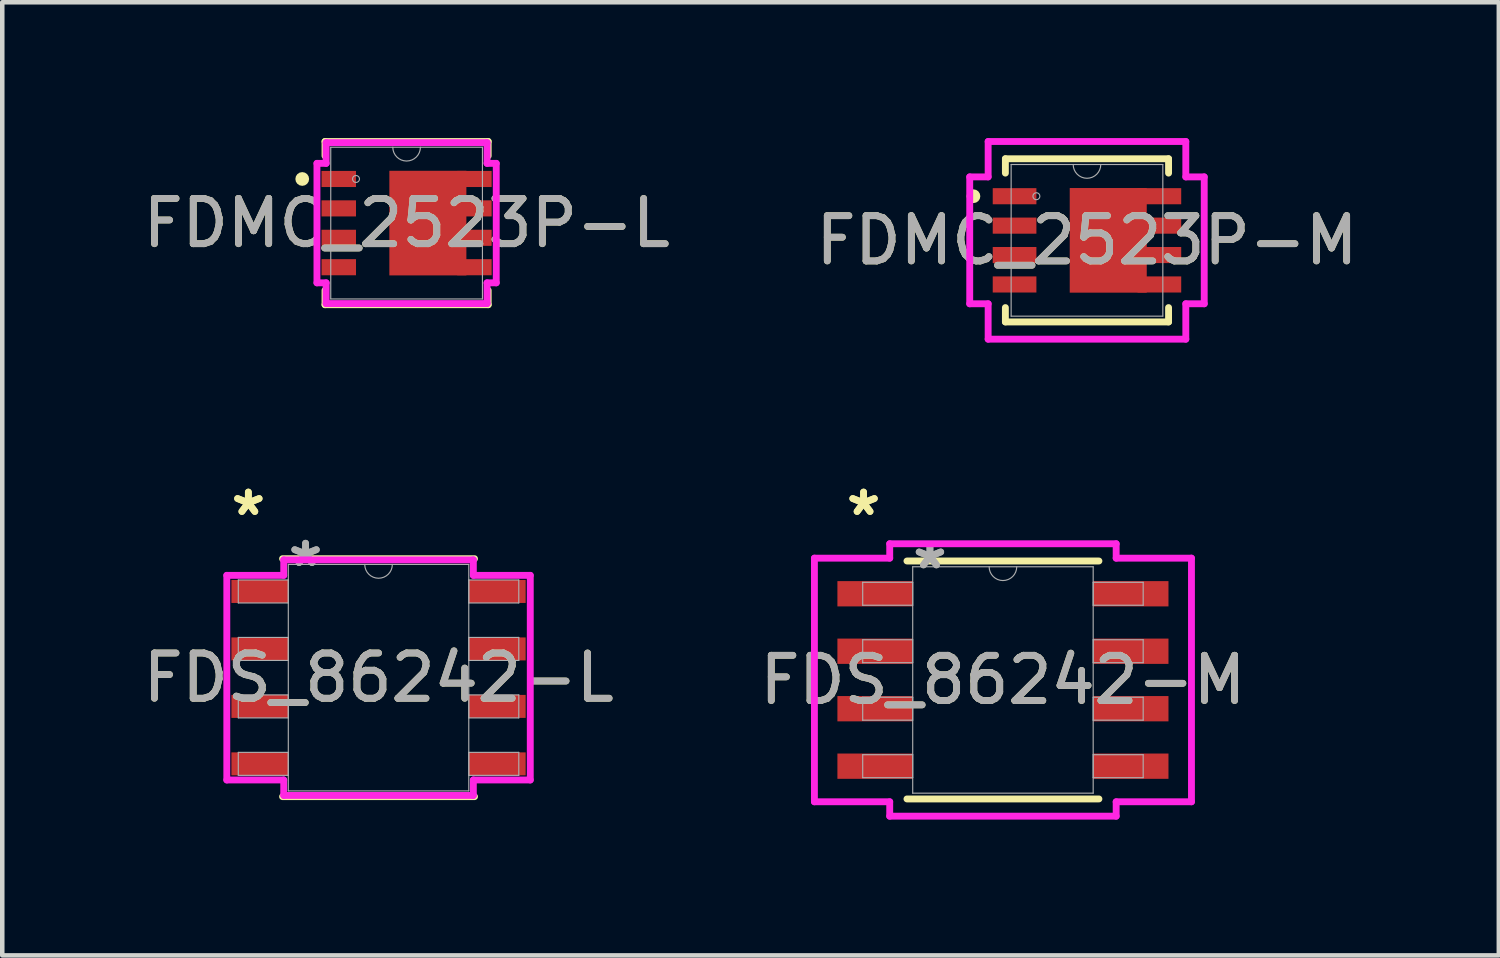
<source format=kicad_pcb>
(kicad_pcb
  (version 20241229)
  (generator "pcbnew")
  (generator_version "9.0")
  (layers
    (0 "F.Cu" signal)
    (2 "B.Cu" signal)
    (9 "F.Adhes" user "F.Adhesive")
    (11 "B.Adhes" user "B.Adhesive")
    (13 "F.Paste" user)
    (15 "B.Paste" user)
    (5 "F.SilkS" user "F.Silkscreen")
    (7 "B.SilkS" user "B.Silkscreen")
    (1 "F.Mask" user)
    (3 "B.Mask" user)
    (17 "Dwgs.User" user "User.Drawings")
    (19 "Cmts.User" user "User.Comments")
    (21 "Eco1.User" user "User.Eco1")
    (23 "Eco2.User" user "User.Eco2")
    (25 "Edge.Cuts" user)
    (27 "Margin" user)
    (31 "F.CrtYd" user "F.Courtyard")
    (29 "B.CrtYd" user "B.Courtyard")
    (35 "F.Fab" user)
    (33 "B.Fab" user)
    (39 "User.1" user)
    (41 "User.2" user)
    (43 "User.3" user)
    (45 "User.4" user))
  (footprint "FDS_86242-L"
    (layer "F.Cu")
    (at 5.315 11.925)
    (property "Reference" "FDS_86242-L" (at 0 0 0) (unlocked yes) (layer "F.SilkS") (effects (font (size 1 1) (thickness 0.15))))
    (attr smd)
    (fp_line (start -2.121 2.629) (end 2.121 2.629) (stroke (width 0.152) (type solid)) (layer "F.SilkS"))
    (fp_line (start 2.121 -2.629) (end -2.121 -2.629) (stroke (width 0.152) (type solid)) (layer "F.SilkS"))
    (fp_line (start -3.353 -2.261) (end -2.095 -2.261) (stroke (width 0.152) (type solid)) (layer "F.CrtYd"))
    (fp_line (start -3.353 2.261) (end -3.353 -2.261) (stroke (width 0.152) (type solid)) (layer "F.CrtYd"))
    (fp_line (start -3.353 2.261) (end -2.095 2.261) (stroke (width 0.152) (type solid)) (layer "F.CrtYd"))
    (fp_line (start -2.095 -2.603) (end 2.095 -2.603) (stroke (width 0.152) (type solid)) (layer "F.CrtYd"))
    (fp_line (start -2.095 -2.261) (end -2.095 -2.603) (stroke (width 0.152) (type solid)) (layer "F.CrtYd"))
    (fp_line (start -2.095 2.603) (end -2.095 2.261) (stroke (width 0.152) (type solid)) (layer "F.CrtYd"))
    (fp_line (start 2.095 -2.603) (end 2.095 -2.261) (stroke (width 0.152) (type solid)) (layer "F.CrtYd"))
    (fp_line (start 2.095 2.261) (end 2.095 2.603) (stroke (width 0.152) (type solid)) (layer "F.CrtYd"))
    (fp_line (start 2.095 2.603) (end -2.095 2.603) (stroke (width 0.152) (type solid)) (layer "F.CrtYd"))
    (fp_line (start 3.353 -2.261) (end 2.095 -2.261) (stroke (width 0.152) (type solid)) (layer "F.CrtYd"))
    (fp_line (start 3.353 -2.261) (end 3.353 2.261) (stroke (width 0.152) (type solid)) (layer "F.CrtYd"))
    (fp_line (start 3.353 2.261) (end 2.095 2.261) (stroke (width 0.152) (type solid)) (layer "F.CrtYd"))
    (fp_line (start -3.099 -2.159) (end -3.099 -1.651) (stroke (width 0.025) (type solid)) (layer "F.Fab"))
    (fp_line (start -3.099 -1.651) (end -1.994 -1.651) (stroke (width 0.025) (type solid)) (layer "F.Fab"))
    (fp_line (start -3.099 -0.889) (end -3.099 -0.381) (stroke (width 0.025) (type solid)) (layer "F.Fab"))
    (fp_line (start -3.099 -0.381) (end -1.994 -0.381) (stroke (width 0.025) (type solid)) (layer "F.Fab"))
    (fp_line (start -3.099 0.381) (end -3.099 0.889) (stroke (width 0.025) (type solid)) (layer "F.Fab"))
    (fp_line (start -3.099 0.889) (end -1.994 0.889) (stroke (width 0.025) (type solid)) (layer "F.Fab"))
    (fp_line (start -3.099 1.651) (end -3.099 2.159) (stroke (width 0.025) (type solid)) (layer "F.Fab"))
    (fp_line (start -3.099 2.159) (end -1.994 2.159) (stroke (width 0.025) (type solid)) (layer "F.Fab"))
    (fp_line (start -1.994 -2.502) (end -1.994 2.502) (stroke (width 0.025) (type solid)) (layer "F.Fab"))
    (fp_line (start -1.994 -2.159) (end -3.099 -2.159) (stroke (width 0.025) (type solid)) (layer "F.Fab"))
    (fp_line (start -1.994 -1.651) (end -1.994 -2.159) (stroke (width 0.025) (type solid)) (layer "F.Fab"))
    (fp_line (start -1.994 -0.889) (end -3.099 -0.889) (stroke (width 0.025) (type solid)) (layer "F.Fab"))
    (fp_line (start -1.994 -0.381) (end -1.994 -0.889) (stroke (width 0.025) (type solid)) (layer "F.Fab"))
    (fp_line (start -1.994 0.381) (end -3.099 0.381) (stroke (width 0.025) (type solid)) (layer "F.Fab"))
    (fp_line (start -1.994 0.889) (end -1.994 0.381) (stroke (width 0.025) (type solid)) (layer "F.Fab"))
    (fp_line (start -1.994 1.651) (end -3.099 1.651) (stroke (width 0.025) (type solid)) (layer "F.Fab"))
    (fp_line (start -1.994 2.159) (end -1.994 1.651) (stroke (width 0.025) (type solid)) (layer "F.Fab"))
    (fp_line (start -1.994 2.502) (end 1.994 2.502) (stroke (width 0.025) (type solid)) (layer "F.Fab"))
    (fp_line (start 1.994 -2.502) (end -1.994 -2.502) (stroke (width 0.025) (type solid)) (layer "F.Fab"))
    (fp_line (start 1.994 -2.159) (end 1.994 -1.651) (stroke (width 0.025) (type solid)) (layer "F.Fab"))
    (fp_line (start 1.994 -1.651) (end 3.099 -1.651) (stroke (width 0.025) (type solid)) (layer "F.Fab"))
    (fp_line (start 1.994 -0.889) (end 1.994 -0.381) (stroke (width 0.025) (type solid)) (layer "F.Fab"))
    (fp_line (start 1.994 -0.381) (end 3.099 -0.381) (stroke (width 0.025) (type solid)) (layer "F.Fab"))
    (fp_line (start 1.994 0.381) (end 1.994 0.889) (stroke (width 0.025) (type solid)) (layer "F.Fab"))
    (fp_line (start 1.994 0.889) (end 3.099 0.889) (stroke (width 0.025) (type solid)) (layer "F.Fab"))
    (fp_line (start 1.994 1.651) (end 1.994 2.159) (stroke (width 0.025) (type solid)) (layer "F.Fab"))
    (fp_line (start 1.994 2.159) (end 3.099 2.159) (stroke (width 0.025) (type solid)) (layer "F.Fab"))
    (fp_line (start 1.994 2.502) (end 1.994 -2.502) (stroke (width 0.025) (type solid)) (layer "F.Fab"))
    (fp_line (start 3.099 -2.159) (end 1.994 -2.159) (stroke (width 0.025) (type solid)) (layer "F.Fab"))
    (fp_line (start 3.099 -1.651) (end 3.099 -2.159) (stroke (width 0.025) (type solid)) (layer "F.Fab"))
    (fp_line (start 3.099 -0.889) (end 1.994 -0.889) (stroke (width 0.025) (type solid)) (layer "F.Fab"))
    (fp_line (start 3.099 -0.381) (end 3.099 -0.889) (stroke (width 0.025) (type solid)) (layer "F.Fab"))
    (fp_line (start 3.099 0.381) (end 1.994 0.381) (stroke (width 0.025) (type solid)) (layer "F.Fab"))
    (fp_line (start 3.099 0.889) (end 3.099 0.381) (stroke (width 0.025) (type solid)) (layer "F.Fab"))
    (fp_line (start 3.099 1.651) (end 1.994 1.651) (stroke (width 0.025) (type solid)) (layer "F.Fab"))
    (fp_line (start 3.099 2.159) (end 3.099 1.651) (stroke (width 0.025) (type solid)) (layer "F.Fab"))
    (fp_arc (start 0.3048 -2.5019) (mid 0 -2.1971) (end -0.3048 -2.5019) (stroke (width 0.0254) (type solid)) (layer "F.Fab"))
    (fp_text user "*" (at -2.877 -3.556 0) (layer "F.SilkS") (effects (font (size 1 1) (thickness 0.15))))
    (fp_text user "*" (at -2.877 -3.556 0) (unlocked yes) (layer "F.SilkS") (effects (font (size 1 1) (thickness 0.15))))
    (fp_text user "*" (at -1.613 -2.426 0) (unlocked yes) (layer "F.Fab") (effects (font (size 1 1) (thickness 0.15))))
    (fp_text user "*" (at -1.613 -2.426 0) (layer "F.Fab") (effects (font (size 1 1) (thickness 0.15))))
    (fp_text user "${REFERENCE}" (at 0 0 0) (unlocked yes) (layer "F.Fab") (effects (font (size 1 1) (thickness 0.15))))
    (pad "D" smd rect (at 2.623 -1.905) (size 1.257 0.508) (layers "F.Cu" "F.Mask" "F.Paste"))
    (pad "D" smd rect (at 2.623 -0.635) (size 1.257 0.508) (layers "F.Cu" "F.Mask" "F.Paste"))
    (pad "D" smd rect (at 2.623 0.635) (size 1.257 0.508) (layers "F.Cu" "F.Mask" "F.Paste"))
    (pad "D" smd rect (at 2.623 1.905) (size 1.257 0.508) (layers "F.Cu" "F.Mask" "F.Paste"))
    (pad "G" smd rect (at -2.623 1.905) (size 1.257 0.508) (layers "F.Cu" "F.Mask" "F.Paste"))
    (pad "S" smd rect (at -2.623 -1.905) (size 1.257 0.508) (layers "F.Cu" "F.Mask" "F.Paste"))
    (pad "S" smd rect (at -2.623 -0.635) (size 1.257 0.508) (layers "F.Cu" "F.Mask" "F.Paste"))
    (pad "S" smd rect (at -2.623 0.635) (size 1.257 0.508) (layers "F.Cu" "F.Mask" "F.Paste")))
  (footprint "FDMC_2523P-L"
    (layer "F.Cu")
    (at 5.935 1.88)
    (property "Reference" "FDMC_2523P-L" (at 0 0 0) (unlocked yes) (layer "F.SilkS") (effects (font (size 1 1) (thickness 0.15))))
    (attr smd)
    (fp_poly (pts (xy 1.321 -1.156) (xy -0.381 -1.156) (xy -0.381 1.156) (xy 1.321 1.156)) (stroke (width 0) (type solid)) (fill yes) (layer "F.Cu"))
    (fp_poly (pts (xy 1.321 -1.156) (xy -0.381 -1.156) (xy -0.381 1.156) (xy 1.321 1.156)) (stroke (width 0) (type solid)) (fill yes) (layer "F.Mask"))
    (fp_line (start -1.803 -1.803) (end -1.803 -1.486) (stroke (width 0.152) (type solid)) (layer "F.SilkS"))
    (fp_line (start -1.803 1.486) (end -1.803 1.803) (stroke (width 0.152) (type solid)) (layer "F.SilkS"))
    (fp_line (start -1.803 1.803) (end 1.803 1.803) (stroke (width 0.152) (type solid)) (layer "F.SilkS"))
    (fp_line (start 1.803 -1.803) (end -1.803 -1.803) (stroke (width 0.152) (type solid)) (layer "F.SilkS"))
    (fp_line (start 1.803 -1.486) (end 1.803 -1.803) (stroke (width 0.152) (type solid)) (layer "F.SilkS"))
    (fp_line (start 1.803 1.803) (end 1.803 1.486) (stroke (width 0.152) (type solid)) (layer "F.SilkS"))
    (fp_circle (center -2.306 -0.975) (end -2.23 -0.975) (stroke (width 0.152) (type solid)) (fill no) (layer "F.SilkS"))
    (fp_poly (pts (xy 1.321 -1.156) (xy -0.381 -1.156) (xy -0.381 1.156) (xy 1.321 1.156)) (stroke (width 0) (type solid)) (fill yes) (layer "F.Paste"))
    (fp_line (start -1.981 -1.32) (end -1.778 -1.32) (stroke (width 0.152) (type solid)) (layer "F.CrtYd"))
    (fp_line (start -1.981 1.32) (end -1.981 -1.32) (stroke (width 0.152) (type solid)) (layer "F.CrtYd"))
    (fp_line (start -1.981 1.32) (end -1.778 1.32) (stroke (width 0.152) (type solid)) (layer "F.CrtYd"))
    (fp_line (start -1.778 -1.778) (end 1.778 -1.778) (stroke (width 0.152) (type solid)) (layer "F.CrtYd"))
    (fp_line (start -1.778 -1.32) (end -1.778 -1.778) (stroke (width 0.152) (type solid)) (layer "F.CrtYd"))
    (fp_line (start -1.778 1.778) (end -1.778 1.32) (stroke (width 0.152) (type solid)) (layer "F.CrtYd"))
    (fp_line (start 1.778 -1.778) (end 1.778 -1.32) (stroke (width 0.152) (type solid)) (layer "F.CrtYd"))
    (fp_line (start 1.778 1.32) (end 1.778 1.778) (stroke (width 0.152) (type solid)) (layer "F.CrtYd"))
    (fp_line (start 1.778 1.778) (end -1.778 1.778) (stroke (width 0.152) (type solid)) (layer "F.CrtYd"))
    (fp_line (start 1.981 -1.32) (end 1.778 -1.32) (stroke (width 0.152) (type solid)) (layer "F.CrtYd"))
    (fp_line (start 1.981 -1.32) (end 1.981 1.32) (stroke (width 0.152) (type solid)) (layer "F.CrtYd"))
    (fp_line (start 1.981 1.32) (end 1.778 1.32) (stroke (width 0.152) (type solid)) (layer "F.CrtYd"))
    (fp_line (start -1.676 -1.676) (end -1.676 1.676) (stroke (width 0.025) (type solid)) (layer "F.Fab"))
    (fp_line (start -1.676 1.676) (end 1.676 1.676) (stroke (width 0.025) (type solid)) (layer "F.Fab"))
    (fp_line (start 1.676 -1.676) (end -1.676 -1.676) (stroke (width 0.025) (type solid)) (layer "F.Fab"))
    (fp_line (start 1.676 1.676) (end 1.676 -1.676) (stroke (width 0.025) (type solid)) (layer "F.Fab"))
    (fp_arc (start 0.3048 -1.6764) (mid 0 -1.3716) (end -0.3048 -1.6764) (stroke (width 0.0254) (type solid)) (layer "F.Fab"))
    (fp_circle (center -1.118 -0.975) (end -1.041 -0.975) (stroke (width 0.025) (type solid)) (fill no) (layer "F.Fab"))
    (fp_text user "${REFERENCE}" (at 0 0 0) (unlocked yes) (layer "F.Fab") (effects (font (size 1 1) (thickness 0.15))))
    (pad "D" smd rect (at 1.499 -0.975) (size 0.762 0.356) (layers "F.Cu" "F.Mask" "F.Paste"))
    (pad "D" smd rect (at 1.499 -0.325) (size 0.762 0.356) (layers "F.Cu" "F.Mask" "F.Paste"))
    (pad "D" smd rect (at 1.499 0.325) (size 0.762 0.356) (layers "F.Cu" "F.Mask" "F.Paste"))
    (pad "D" smd rect (at 1.499 0.975) (size 0.762 0.356) (layers "F.Cu" "F.Mask" "F.Paste"))
    (pad "G" smd rect (at -1.499 0.975) (size 0.762 0.356) (layers "F.Cu" "F.Mask" "F.Paste"))
    (pad "S" smd rect (at -1.499 -0.975) (size 0.762 0.356) (layers "F.Cu" "F.Mask" "F.Paste"))
    (pad "S" smd rect (at -1.499 -0.325) (size 0.762 0.356) (layers "F.Cu" "F.Mask" "F.Paste"))
    (pad "S" smd rect (at -1.499 0.325) (size 0.762 0.356) (layers "F.Cu" "F.Mask" "F.Paste")))
  (footprint "FDMC_2523P-M"
    (layer "F.Cu")
    (at 20.97 2.261)
    (property "Reference" "FDMC_2523P-M" (at 0 0 0) (unlocked yes) (layer "F.SilkS") (effects (font (size 1 1) (thickness 0.15))))
    (attr smd)
    (fp_poly (pts (xy 1.321 -1.156) (xy -0.381 -1.156) (xy -0.381 1.156) (xy 1.321 1.156)) (stroke (width 0) (type solid)) (fill yes) (layer "F.Cu"))
    (fp_poly (pts (xy 1.321 -1.156) (xy -0.381 -1.156) (xy -0.381 1.156) (xy 1.321 1.156)) (stroke (width 0) (type solid)) (fill yes) (layer "F.Mask"))
    (fp_line (start -1.803 -1.803) (end -1.803 -1.486) (stroke (width 0.152) (type solid)) (layer "F.SilkS"))
    (fp_line (start -1.803 1.486) (end -1.803 1.803) (stroke (width 0.152) (type solid)) (layer "F.SilkS"))
    (fp_line (start -1.803 1.803) (end 1.803 1.803) (stroke (width 0.152) (type solid)) (layer "F.SilkS"))
    (fp_line (start 1.803 -1.803) (end -1.803 -1.803) (stroke (width 0.152) (type solid)) (layer "F.SilkS"))
    (fp_line (start 1.803 -1.486) (end 1.803 -1.803) (stroke (width 0.152) (type solid)) (layer "F.SilkS"))
    (fp_line (start 1.803 1.803) (end 1.803 1.486) (stroke (width 0.152) (type solid)) (layer "F.SilkS"))
    (fp_circle (center -2.509 -0.975) (end -2.433 -0.975) (stroke (width 0.152) (type solid)) (fill no) (layer "F.SilkS"))
    (fp_poly (pts (xy 1.321 -1.156) (xy -0.381 -1.156) (xy -0.381 1.156) (xy 1.321 1.156)) (stroke (width 0) (type solid)) (fill yes) (layer "F.Paste"))
    (fp_line (start -2.591 -1.402) (end -2.184 -1.402) (stroke (width 0.152) (type solid)) (layer "F.CrtYd"))
    (fp_line (start -2.591 1.402) (end -2.591 -1.402) (stroke (width 0.152) (type solid)) (layer "F.CrtYd"))
    (fp_line (start -2.591 1.402) (end -2.184 1.402) (stroke (width 0.152) (type solid)) (layer "F.CrtYd"))
    (fp_line (start -2.184 -2.184) (end 2.184 -2.184) (stroke (width 0.152) (type solid)) (layer "F.CrtYd"))
    (fp_line (start -2.184 -1.402) (end -2.184 -2.184) (stroke (width 0.152) (type solid)) (layer "F.CrtYd"))
    (fp_line (start -2.184 2.184) (end -2.184 1.402) (stroke (width 0.152) (type solid)) (layer "F.CrtYd"))
    (fp_line (start 2.184 -2.184) (end 2.184 -1.402) (stroke (width 0.152) (type solid)) (layer "F.CrtYd"))
    (fp_line (start 2.184 1.402) (end 2.184 2.184) (stroke (width 0.152) (type solid)) (layer "F.CrtYd"))
    (fp_line (start 2.184 2.184) (end -2.184 2.184) (stroke (width 0.152) (type solid)) (layer "F.CrtYd"))
    (fp_line (start 2.591 -1.402) (end 2.184 -1.402) (stroke (width 0.152) (type solid)) (layer "F.CrtYd"))
    (fp_line (start 2.591 -1.402) (end 2.591 1.402) (stroke (width 0.152) (type solid)) (layer "F.CrtYd"))
    (fp_line (start 2.591 1.402) (end 2.184 1.402) (stroke (width 0.152) (type solid)) (layer "F.CrtYd"))
    (fp_line (start -1.676 -1.676) (end -1.676 1.676) (stroke (width 0.025) (type solid)) (layer "F.Fab"))
    (fp_line (start -1.676 1.676) (end 1.676 1.676) (stroke (width 0.025) (type solid)) (layer "F.Fab"))
    (fp_line (start 1.676 -1.676) (end -1.676 -1.676) (stroke (width 0.025) (type solid)) (layer "F.Fab"))
    (fp_line (start 1.676 1.676) (end 1.676 -1.676) (stroke (width 0.025) (type solid)) (layer "F.Fab"))
    (fp_arc (start 0.3048 -1.6764) (mid 0 -1.3716) (end -0.3048 -1.6764) (stroke (width 0.0254) (type solid)) (layer "F.Fab"))
    (fp_circle (center -1.118 -0.975) (end -1.041 -0.975) (stroke (width 0.025) (type solid)) (fill no) (layer "F.Fab"))
    (fp_text user "${REFERENCE}" (at 0 0 0) (unlocked yes) (layer "F.Fab") (effects (font (size 1 1) (thickness 0.15))))
    (pad "D" smd rect (at 1.6 -0.975) (size 0.965 0.356) (layers "F.Cu" "F.Mask" "F.Paste"))
    (pad "D" smd rect (at 1.6 -0.325) (size 0.965 0.356) (layers "F.Cu" "F.Mask" "F.Paste"))
    (pad "D" smd rect (at 1.6 0.325) (size 0.965 0.356) (layers "F.Cu" "F.Mask" "F.Paste"))
    (pad "D" smd rect (at 1.6 0.975) (size 0.965 0.356) (layers "F.Cu" "F.Mask" "F.Paste"))
    (pad "G" smd rect (at -1.6 0.975) (size 0.965 0.356) (layers "F.Cu" "F.Mask" "F.Paste"))
    (pad "S" smd rect (at -1.6 -0.975) (size 0.965 0.356) (layers "F.Cu" "F.Mask" "F.Paste"))
    (pad "S" smd rect (at -1.6 -0.325) (size 0.965 0.356) (layers "F.Cu" "F.Mask" "F.Paste"))
    (pad "S" smd rect (at -1.6 0.325) (size 0.965 0.356) (layers "F.Cu" "F.Mask" "F.Paste")))
  (footprint "FDS_86242-M"
    (layer "F.Cu")
    (at 19.113 11.976)
    (property "Reference" "FDS_86242-M" (at 0 0 0) (unlocked yes) (layer "F.SilkS") (effects (font (size 1 1) (thickness 0.15))))
    (attr smd)
    (fp_line (start -2.121 2.629) (end 2.121 2.629) (stroke (width 0.152) (type solid)) (layer "F.SilkS"))
    (fp_line (start 2.121 -2.629) (end -2.121 -2.629) (stroke (width 0.152) (type solid)) (layer "F.SilkS"))
    (fp_line (start -4.166 -2.692) (end -2.502 -2.692) (stroke (width 0.152) (type solid)) (layer "F.CrtYd"))
    (fp_line (start -4.166 2.692) (end -4.166 -2.692) (stroke (width 0.152) (type solid)) (layer "F.CrtYd"))
    (fp_line (start -4.166 2.692) (end -2.502 2.692) (stroke (width 0.152) (type solid)) (layer "F.CrtYd"))
    (fp_line (start -2.502 -3.01) (end 2.502 -3.01) (stroke (width 0.152) (type solid)) (layer "F.CrtYd"))
    (fp_line (start -2.502 -2.692) (end -2.502 -3.01) (stroke (width 0.152) (type solid)) (layer "F.CrtYd"))
    (fp_line (start -2.502 3.01) (end -2.502 2.692) (stroke (width 0.152) (type solid)) (layer "F.CrtYd"))
    (fp_line (start 2.502 -3.01) (end 2.502 -2.692) (stroke (width 0.152) (type solid)) (layer "F.CrtYd"))
    (fp_line (start 2.502 2.692) (end 2.502 3.01) (stroke (width 0.152) (type solid)) (layer "F.CrtYd"))
    (fp_line (start 2.502 3.01) (end -2.502 3.01) (stroke (width 0.152) (type solid)) (layer "F.CrtYd"))
    (fp_line (start 4.166 -2.692) (end 2.502 -2.692) (stroke (width 0.152) (type solid)) (layer "F.CrtYd"))
    (fp_line (start 4.166 -2.692) (end 4.166 2.692) (stroke (width 0.152) (type solid)) (layer "F.CrtYd"))
    (fp_line (start 4.166 2.692) (end 2.502 2.692) (stroke (width 0.152) (type solid)) (layer "F.CrtYd"))
    (fp_line (start -3.099 -2.159) (end -3.099 -1.651) (stroke (width 0.025) (type solid)) (layer "F.Fab"))
    (fp_line (start -3.099 -1.651) (end -1.994 -1.651) (stroke (width 0.025) (type solid)) (layer "F.Fab"))
    (fp_line (start -3.099 -0.889) (end -3.099 -0.381) (stroke (width 0.025) (type solid)) (layer "F.Fab"))
    (fp_line (start -3.099 -0.381) (end -1.994 -0.381) (stroke (width 0.025) (type solid)) (layer "F.Fab"))
    (fp_line (start -3.099 0.381) (end -3.099 0.889) (stroke (width 0.025) (type solid)) (layer "F.Fab"))
    (fp_line (start -3.099 0.889) (end -1.994 0.889) (stroke (width 0.025) (type solid)) (layer "F.Fab"))
    (fp_line (start -3.099 1.651) (end -3.099 2.159) (stroke (width 0.025) (type solid)) (layer "F.Fab"))
    (fp_line (start -3.099 2.159) (end -1.994 2.159) (stroke (width 0.025) (type solid)) (layer "F.Fab"))
    (fp_line (start -1.994 -2.502) (end -1.994 2.502) (stroke (width 0.025) (type solid)) (layer "F.Fab"))
    (fp_line (start -1.994 -2.159) (end -3.099 -2.159) (stroke (width 0.025) (type solid)) (layer "F.Fab"))
    (fp_line (start -1.994 -1.651) (end -1.994 -2.159) (stroke (width 0.025) (type solid)) (layer "F.Fab"))
    (fp_line (start -1.994 -0.889) (end -3.099 -0.889) (stroke (width 0.025) (type solid)) (layer "F.Fab"))
    (fp_line (start -1.994 -0.381) (end -1.994 -0.889) (stroke (width 0.025) (type solid)) (layer "F.Fab"))
    (fp_line (start -1.994 0.381) (end -3.099 0.381) (stroke (width 0.025) (type solid)) (layer "F.Fab"))
    (fp_line (start -1.994 0.889) (end -1.994 0.381) (stroke (width 0.025) (type solid)) (layer "F.Fab"))
    (fp_line (start -1.994 1.651) (end -3.099 1.651) (stroke (width 0.025) (type solid)) (layer "F.Fab"))
    (fp_line (start -1.994 2.159) (end -1.994 1.651) (stroke (width 0.025) (type solid)) (layer "F.Fab"))
    (fp_line (start -1.994 2.502) (end 1.994 2.502) (stroke (width 0.025) (type solid)) (layer "F.Fab"))
    (fp_line (start 1.994 -2.502) (end -1.994 -2.502) (stroke (width 0.025) (type solid)) (layer "F.Fab"))
    (fp_line (start 1.994 -2.159) (end 1.994 -1.651) (stroke (width 0.025) (type solid)) (layer "F.Fab"))
    (fp_line (start 1.994 -1.651) (end 3.099 -1.651) (stroke (width 0.025) (type solid)) (layer "F.Fab"))
    (fp_line (start 1.994 -0.889) (end 1.994 -0.381) (stroke (width 0.025) (type solid)) (layer "F.Fab"))
    (fp_line (start 1.994 -0.381) (end 3.099 -0.381) (stroke (width 0.025) (type solid)) (layer "F.Fab"))
    (fp_line (start 1.994 0.381) (end 1.994 0.889) (stroke (width 0.025) (type solid)) (layer "F.Fab"))
    (fp_line (start 1.994 0.889) (end 3.099 0.889) (stroke (width 0.025) (type solid)) (layer "F.Fab"))
    (fp_line (start 1.994 1.651) (end 1.994 2.159) (stroke (width 0.025) (type solid)) (layer "F.Fab"))
    (fp_line (start 1.994 2.159) (end 3.099 2.159) (stroke (width 0.025) (type solid)) (layer "F.Fab"))
    (fp_line (start 1.994 2.502) (end 1.994 -2.502) (stroke (width 0.025) (type solid)) (layer "F.Fab"))
    (fp_line (start 3.099 -2.159) (end 1.994 -2.159) (stroke (width 0.025) (type solid)) (layer "F.Fab"))
    (fp_line (start 3.099 -1.651) (end 3.099 -2.159) (stroke (width 0.025) (type solid)) (layer "F.Fab"))
    (fp_line (start 3.099 -0.889) (end 1.994 -0.889) (stroke (width 0.025) (type solid)) (layer "F.Fab"))
    (fp_line (start 3.099 -0.381) (end 3.099 -0.889) (stroke (width 0.025) (type solid)) (layer "F.Fab"))
    (fp_line (start 3.099 0.381) (end 1.994 0.381) (stroke (width 0.025) (type solid)) (layer "F.Fab"))
    (fp_line (start 3.099 0.889) (end 3.099 0.381) (stroke (width 0.025) (type solid)) (layer "F.Fab"))
    (fp_line (start 3.099 1.651) (end 1.994 1.651) (stroke (width 0.025) (type solid)) (layer "F.Fab"))
    (fp_line (start 3.099 2.159) (end 3.099 1.651) (stroke (width 0.025) (type solid)) (layer "F.Fab"))
    (fp_arc (start 0.3048 -2.5019) (mid 0 -2.1971) (end -0.3048 -2.5019) (stroke (width 0.0254) (type solid)) (layer "F.Fab"))
    (fp_text user "*" (at -3.08 -3.607 0) (unlocked yes) (layer "F.SilkS") (effects (font (size 1 1) (thickness 0.15))))
    (fp_text user "*" (at -3.08 -3.607 0) (layer "F.SilkS") (effects (font (size 1 1) (thickness 0.15))))
    (fp_text user "*" (at -1.613 -2.426 0) (unlocked yes) (layer "F.Fab") (effects (font (size 1 1) (thickness 0.15))))
    (fp_text user "${REFERENCE}" (at 0 0 0) (unlocked yes) (layer "F.Fab") (effects (font (size 1 1) (thickness 0.15))))
    (fp_text user "*" (at -1.613 -2.426 0) (layer "F.Fab") (effects (font (size 1 1) (thickness 0.15))))
    (pad "D" smd rect (at 2.826 -1.905) (size 1.664 0.559) (layers "F.Cu" "F.Mask" "F.Paste"))
    (pad "D" smd rect (at 2.826 -0.635) (size 1.664 0.559) (layers "F.Cu" "F.Mask" "F.Paste"))
    (pad "D" smd rect (at 2.826 0.635) (size 1.664 0.559) (layers "F.Cu" "F.Mask" "F.Paste"))
    (pad "D" smd rect (at 2.826 1.905) (size 1.664 0.559) (layers "F.Cu" "F.Mask" "F.Paste"))
    (pad "G" smd rect (at -2.826 1.905) (size 1.664 0.559) (layers "F.Cu" "F.Mask" "F.Paste"))
    (pad "S" smd rect (at -2.826 -1.905) (size 1.664 0.559) (layers "F.Cu" "F.Mask" "F.Paste"))
    (pad "S" smd rect (at -2.826 -0.635) (size 1.664 0.559) (layers "F.Cu" "F.Mask" "F.Paste"))
    (pad "S" smd rect (at -2.826 0.635) (size 1.664 0.559) (layers "F.Cu" "F.Mask" "F.Paste")))
  (gr_rect
    (start -3 -3)
    (end 30.071 18.062)
    (stroke (width 0.1) (type default))
    (fill no)
    (layer "Edge.Cuts")))
</source>
